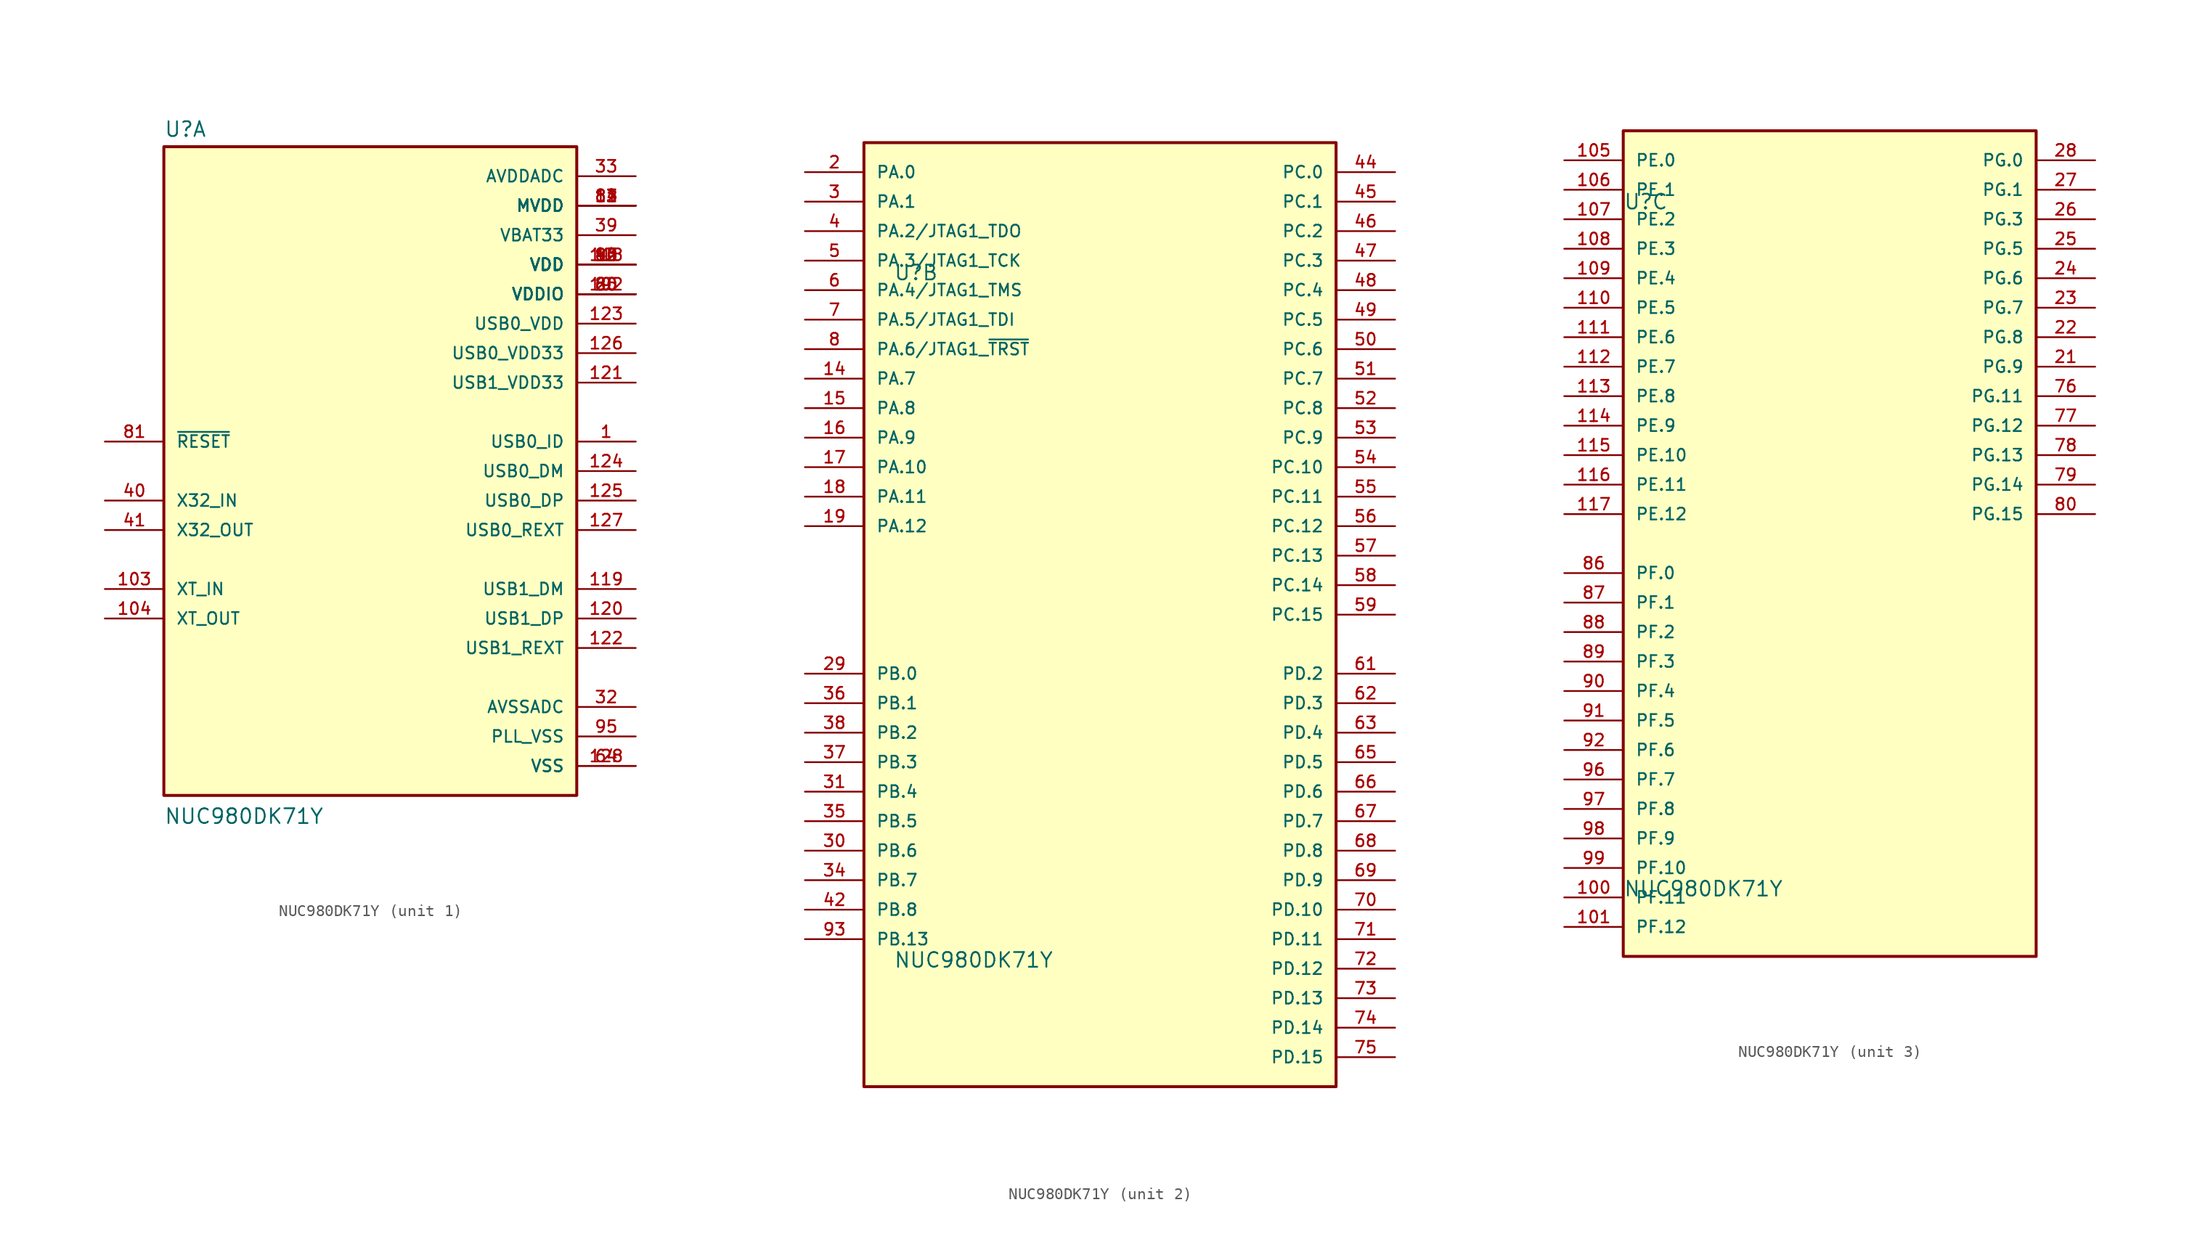
<source format=kicad_sym>
(kicad_symbol_lib
  (version 20211014)
  (generator kicad_symbol_editor)
  (symbol "NUC980DK71Y"
    (pin_names
      (offset 1.016))
    (property "Reference" "U"
      (at -17.78 28.702 0)
      (effects (font (size 1.27 1.27)) (justify bottom left)))
    (property "Value" "NUC980DK71Y"
      (at -17.78 -30.48 0)
      (effects (font (size 1.27 1.27)) (justify bottom left)))
    (symbol "NUC980DK71Y_1_0"
      (rectangle (start -17.78 -27.94) (end 17.78 27.94) (stroke (width 0.254)) (fill (type background)))
      (pin power_in line (at 22.86 25.4 180.0) (length 5.08) (name "AVDDADC" (effects (font (size 1.016 1.016)))) (number "33" (effects (font (size 1.016 1.016)))))
      (pin power_in line (at 22.86 22.86 180.0) (length 5.08) (name "MVDD" (effects (font (size 1.016 1.016)))) (number "11" (effects (font (size 1.016 1.016)))))
      (pin power_in line (at 22.86 22.86 180.0) (length 5.08) (name "MVDD" (effects (font (size 1.016 1.016)))) (number "12" (effects (font (size 1.016 1.016)))))
      (pin power_in line (at 22.86 22.86 180.0) (length 5.08) (name "MVDD" (effects (font (size 1.016 1.016)))) (number "83" (effects (font (size 1.016 1.016)))))
      (pin power_in line (at 22.86 22.86 180.0) (length 5.08) (name "MVDD" (effects (font (size 1.016 1.016)))) (number "84" (effects (font (size 1.016 1.016)))))
      (pin power_in line (at 22.86 20.32 180.0) (length 5.08) (name "VBAT33" (effects (font (size 1.016 1.016)))) (number "39" (effects (font (size 1.016 1.016)))))
      (pin power_in line (at 22.86 17.78 180.0) (length 5.08) (name "VDD" (effects (font (size 1.016 1.016)))) (number "10" (effects (font (size 1.016 1.016)))))
      (pin power_in line (at 22.86 17.78 180.0) (length 5.08) (name "VDD" (effects (font (size 1.016 1.016)))) (number "13" (effects (font (size 1.016 1.016)))))
      (pin power_in line (at 22.86 17.78 180.0) (length 5.08) (name "VDD" (effects (font (size 1.016 1.016)))) (number "43" (effects (font (size 1.016 1.016)))))
      (pin power_in line (at 22.86 17.78 180.0) (length 5.08) (name "VDD" (effects (font (size 1.016 1.016)))) (number "82" (effects (font (size 1.016 1.016)))))
      (pin power_in line (at 22.86 17.78 180.0) (length 5.08) (name "VDD" (effects (font (size 1.016 1.016)))) (number "94" (effects (font (size 1.016 1.016)))))
      (pin power_in line (at 22.86 17.78 180.0) (length 5.08) (name "VDD" (effects (font (size 1.016 1.016)))) (number "118" (effects (font (size 1.016 1.016)))))
      (pin power_in line (at 22.86 15.24 180.0) (length 5.08) (name "VDDIO" (effects (font (size 1.016 1.016)))) (number "9" (effects (font (size 1.016 1.016)))))
      (pin power_in line (at 22.86 15.24 180.0) (length 5.08) (name "VDDIO" (effects (font (size 1.016 1.016)))) (number "20" (effects (font (size 1.016 1.016)))))
      (pin power_in line (at 22.86 15.24 180.0) (length 5.08) (name "VDDIO" (effects (font (size 1.016 1.016)))) (number "60" (effects (font (size 1.016 1.016)))))
      (pin power_in line (at 22.86 15.24 180.0) (length 5.08) (name "VDDIO" (effects (font (size 1.016 1.016)))) (number "85" (effects (font (size 1.016 1.016)))))
      (pin power_in line (at 22.86 15.24 180.0) (length 5.08) (name "VDDIO" (effects (font (size 1.016 1.016)))) (number "102" (effects (font (size 1.016 1.016)))))
      (pin power_in line (at 22.86 12.7 180.0) (length 5.08) (name "USB0_VDD" (effects (font (size 1.016 1.016)))) (number "123" (effects (font (size 1.016 1.016)))))
      (pin power_in line (at 22.86 10.16 180.0) (length 5.08) (name "USB0_VDD33" (effects (font (size 1.016 1.016)))) (number "126" (effects (font (size 1.016 1.016)))))
      (pin power_in line (at 22.86 7.62 180.0) (length 5.08) (name "USB1_VDD33" (effects (font (size 1.016 1.016)))) (number "121" (effects (font (size 1.016 1.016)))))
      (pin power_in line (at 22.86 -20.32 180.0) (length 5.08) (name "AVSSADC" (effects (font (size 1.016 1.016)))) (number "32" (effects (font (size 1.016 1.016)))))
      (pin power_in line (at 22.86 -25.4 180.0) (length 5.08) (name "VSS" (effects (font (size 1.016 1.016)))) (number "64" (effects (font (size 1.016 1.016)))))
      (pin power_in line (at 22.86 -25.4 180.0) (length 5.08) (name "VSS" (effects (font (size 1.016 1.016)))) (number "128" (effects (font (size 1.016 1.016)))))
      (pin power_in line (at 22.86 -22.86 180.0) (length 5.08) (name "PLL_VSS" (effects (font (size 1.016 1.016)))) (number "95" (effects (font (size 1.016 1.016)))))
      (pin input line (at -22.86 2.54 0) (length 5.08) (name "~{RESET}" (effects (font (size 1.016 1.016)))) (number "81" (effects (font (size 1.016 1.016)))))
      (pin input line (at 22.86 2.54 180.0) (length 5.08) (name "USB0_ID" (effects (font (size 1.016 1.016)))) (number "1" (effects (font (size 1.016 1.016)))))
      (pin input line (at -22.86 -2.54 0) (length 5.08) (name "X32_IN" (effects (font (size 1.016 1.016)))) (number "40" (effects (font (size 1.016 1.016)))))
      (pin input line (at -22.86 -10.16 0) (length 5.08) (name "XT_IN" (effects (font (size 1.016 1.016)))) (number "103" (effects (font (size 1.016 1.016)))))
      (pin passive line (at 22.86 -5.08 180.0) (length 5.08) (name "USB0_REXT" (effects (font (size 1.016 1.016)))) (number "127" (effects (font (size 1.016 1.016)))))
      (pin passive line (at 22.86 -15.24 180.0) (length 5.08) (name "USB1_REXT" (effects (font (size 1.016 1.016)))) (number "122" (effects (font (size 1.016 1.016)))))
      (pin output line (at -22.86 -5.08 0) (length 5.08) (name "X32_OUT" (effects (font (size 1.016 1.016)))) (number "41" (effects (font (size 1.016 1.016)))))
      (pin output line (at -22.86 -12.7 0) (length 5.08) (name "XT_OUT" (effects (font (size 1.016 1.016)))) (number "104" (effects (font (size 1.016 1.016)))))
      (pin bidirectional line (at 22.86 0.0 180.0) (length 5.08) (name "USB0_DM" (effects (font (size 1.016 1.016)))) (number "124" (effects (font (size 1.016 1.016)))))
      (pin bidirectional line (at 22.86 -2.54 180.0) (length 5.08) (name "USB0_DP" (effects (font (size 1.016 1.016)))) (number "125" (effects (font (size 1.016 1.016)))))
      (pin bidirectional line (at 22.86 -10.16 180.0) (length 5.08) (name "USB1_DM" (effects (font (size 1.016 1.016)))) (number "119" (effects (font (size 1.016 1.016)))))
      (pin bidirectional line (at 22.86 -12.7 180.0) (length 5.08) (name "USB1_DP" (effects (font (size 1.016 1.016)))) (number "120" (effects (font (size 1.016 1.016))))))
    (symbol "NUC980DK71Y_2_0"
      (rectangle (start -20.32 -40.64) (end 20.32 40.64) (stroke (width 0.254)) (fill (type background)))
      (pin bidirectional line (at -25.4 38.1 0) (length 5.08) (name "PA.0" (effects (font (size 1.016 1.016)))) (number "2" (effects (font (size 1.016 1.016)))))
      (pin bidirectional line (at -25.4 35.56 0) (length 5.08) (name "PA.1" (effects (font (size 1.016 1.016)))) (number "3" (effects (font (size 1.016 1.016)))))
      (pin bidirectional line (at -25.4 12.7 0) (length 5.08) (name "PA.10" (effects (font (size 1.016 1.016)))) (number "17" (effects (font (size 1.016 1.016)))))
      (pin bidirectional line (at -25.4 10.16 0) (length 5.08) (name "PA.11" (effects (font (size 1.016 1.016)))) (number "18" (effects (font (size 1.016 1.016)))))
      (pin bidirectional line (at -25.4 7.62 0) (length 5.08) (name "PA.12" (effects (font (size 1.016 1.016)))) (number "19" (effects (font (size 1.016 1.016)))))
      (pin bidirectional line (at -25.4 33.02 0) (length 5.08) (name "PA.2/JTAG1_TDO" (effects (font (size 1.016 1.016)))) (number "4" (effects (font (size 1.016 1.016)))))
      (pin bidirectional line (at -25.4 30.48 0) (length 5.08) (name "PA.3/JTAG1_TCK" (effects (font (size 1.016 1.016)))) (number "5" (effects (font (size 1.016 1.016)))))
      (pin bidirectional line (at -25.4 27.94 0) (length 5.08) (name "PA.4/JTAG1_TMS" (effects (font (size 1.016 1.016)))) (number "6" (effects (font (size 1.016 1.016)))))
      (pin bidirectional line (at -25.4 25.4 0) (length 5.08) (name "PA.5/JTAG1_TDI" (effects (font (size 1.016 1.016)))) (number "7" (effects (font (size 1.016 1.016)))))
      (pin bidirectional line (at -25.4 22.86 0) (length 5.08) (name "PA.6/JTAG1_~{TRST}" (effects (font (size 1.016 1.016)))) (number "8" (effects (font (size 1.016 1.016)))))
      (pin bidirectional line (at -25.4 20.32 0) (length 5.08) (name "PA.7" (effects (font (size 1.016 1.016)))) (number "14" (effects (font (size 1.016 1.016)))))
      (pin bidirectional line (at -25.4 17.78 0) (length 5.08) (name "PA.8" (effects (font (size 1.016 1.016)))) (number "15" (effects (font (size 1.016 1.016)))))
      (pin bidirectional line (at -25.4 15.24 0) (length 5.08) (name "PA.9" (effects (font (size 1.016 1.016)))) (number "16" (effects (font (size 1.016 1.016)))))
      (pin bidirectional line (at -25.4 -5.08 0) (length 5.08) (name "PB.0" (effects (font (size 1.016 1.016)))) (number "29" (effects (font (size 1.016 1.016)))))
      (pin bidirectional line (at -25.4 -7.62 0) (length 5.08) (name "PB.1" (effects (font (size 1.016 1.016)))) (number "36" (effects (font (size 1.016 1.016)))))
      (pin bidirectional line (at -25.4 -27.94 0) (length 5.08) (name "PB.13" (effects (font (size 1.016 1.016)))) (number "93" (effects (font (size 1.016 1.016)))))
      (pin bidirectional line (at -25.4 -10.16 0) (length 5.08) (name "PB.2" (effects (font (size 1.016 1.016)))) (number "38" (effects (font (size 1.016 1.016)))))
      (pin bidirectional line (at -25.4 -12.7 0) (length 5.08) (name "PB.3" (effects (font (size 1.016 1.016)))) (number "37" (effects (font (size 1.016 1.016)))))
      (pin bidirectional line (at -25.4 -15.24 0) (length 5.08) (name "PB.4" (effects (font (size 1.016 1.016)))) (number "31" (effects (font (size 1.016 1.016)))))
      (pin bidirectional line (at -25.4 -17.78 0) (length 5.08) (name "PB.5" (effects (font (size 1.016 1.016)))) (number "35" (effects (font (size 1.016 1.016)))))
      (pin bidirectional line (at -25.4 -20.32 0) (length 5.08) (name "PB.6" (effects (font (size 1.016 1.016)))) (number "30" (effects (font (size 1.016 1.016)))))
      (pin bidirectional line (at -25.4 -22.86 0) (length 5.08) (name "PB.7" (effects (font (size 1.016 1.016)))) (number "34" (effects (font (size 1.016 1.016)))))
      (pin bidirectional line (at -25.4 -25.4 0) (length 5.08) (name "PB.8" (effects (font (size 1.016 1.016)))) (number "42" (effects (font (size 1.016 1.016)))))
      (pin bidirectional line (at 25.4 38.1 180.0) (length 5.08) (name "PC.0" (effects (font (size 1.016 1.016)))) (number "44" (effects (font (size 1.016 1.016)))))
      (pin bidirectional line (at 25.4 35.56 180.0) (length 5.08) (name "PC.1" (effects (font (size 1.016 1.016)))) (number "45" (effects (font (size 1.016 1.016)))))
      (pin bidirectional line (at 25.4 12.7 180.0) (length 5.08) (name "PC.10" (effects (font (size 1.016 1.016)))) (number "54" (effects (font (size 1.016 1.016)))))
      (pin bidirectional line (at 25.4 10.16 180.0) (length 5.08) (name "PC.11" (effects (font (size 1.016 1.016)))) (number "55" (effects (font (size 1.016 1.016)))))
      (pin bidirectional line (at 25.4 7.62 180.0) (length 5.08) (name "PC.12" (effects (font (size 1.016 1.016)))) (number "56" (effects (font (size 1.016 1.016)))))
      (pin bidirectional line (at 25.4 5.08 180.0) (length 5.08) (name "PC.13" (effects (font (size 1.016 1.016)))) (number "57" (effects (font (size 1.016 1.016)))))
      (pin bidirectional line (at 25.4 2.54 180.0) (length 5.08) (name "PC.14" (effects (font (size 1.016 1.016)))) (number "58" (effects (font (size 1.016 1.016)))))
      (pin bidirectional line (at 25.4 0.0 180.0) (length 5.08) (name "PC.15" (effects (font (size 1.016 1.016)))) (number "59" (effects (font (size 1.016 1.016)))))
      (pin bidirectional line (at 25.4 33.02 180.0) (length 5.08) (name "PC.2" (effects (font (size 1.016 1.016)))) (number "46" (effects (font (size 1.016 1.016)))))
      (pin bidirectional line (at 25.4 30.48 180.0) (length 5.08) (name "PC.3" (effects (font (size 1.016 1.016)))) (number "47" (effects (font (size 1.016 1.016)))))
      (pin bidirectional line (at 25.4 27.94 180.0) (length 5.08) (name "PC.4" (effects (font (size 1.016 1.016)))) (number "48" (effects (font (size 1.016 1.016)))))
      (pin bidirectional line (at 25.4 25.4 180.0) (length 5.08) (name "PC.5" (effects (font (size 1.016 1.016)))) (number "49" (effects (font (size 1.016 1.016)))))
      (pin bidirectional line (at 25.4 22.86 180.0) (length 5.08) (name "PC.6" (effects (font (size 1.016 1.016)))) (number "50" (effects (font (size 1.016 1.016)))))
      (pin bidirectional line (at 25.4 20.32 180.0) (length 5.08) (name "PC.7" (effects (font (size 1.016 1.016)))) (number "51" (effects (font (size 1.016 1.016)))))
      (pin bidirectional line (at 25.4 17.78 180.0) (length 5.08) (name "PC.8" (effects (font (size 1.016 1.016)))) (number "52" (effects (font (size 1.016 1.016)))))
      (pin bidirectional line (at 25.4 15.24 180.0) (length 5.08) (name "PC.9" (effects (font (size 1.016 1.016)))) (number "53" (effects (font (size 1.016 1.016)))))
      (pin bidirectional line (at 25.4 -25.4 180.0) (length 5.08) (name "PD.10" (effects (font (size 1.016 1.016)))) (number "70" (effects (font (size 1.016 1.016)))))
      (pin bidirectional line (at 25.4 -27.94 180.0) (length 5.08) (name "PD.11" (effects (font (size 1.016 1.016)))) (number "71" (effects (font (size 1.016 1.016)))))
      (pin bidirectional line (at 25.4 -30.48 180.0) (length 5.08) (name "PD.12" (effects (font (size 1.016 1.016)))) (number "72" (effects (font (size 1.016 1.016)))))
      (pin bidirectional line (at 25.4 -33.02 180.0) (length 5.08) (name "PD.13" (effects (font (size 1.016 1.016)))) (number "73" (effects (font (size 1.016 1.016)))))
      (pin bidirectional line (at 25.4 -35.56 180.0) (length 5.08) (name "PD.14" (effects (font (size 1.016 1.016)))) (number "74" (effects (font (size 1.016 1.016)))))
      (pin bidirectional line (at 25.4 -38.1 180.0) (length 5.08) (name "PD.15" (effects (font (size 1.016 1.016)))) (number "75" (effects (font (size 1.016 1.016)))))
      (pin bidirectional line (at 25.4 -5.08 180.0) (length 5.08) (name "PD.2" (effects (font (size 1.016 1.016)))) (number "61" (effects (font (size 1.016 1.016)))))
      (pin bidirectional line (at 25.4 -7.62 180.0) (length 5.08) (name "PD.3" (effects (font (size 1.016 1.016)))) (number "62" (effects (font (size 1.016 1.016)))))
      (pin bidirectional line (at 25.4 -10.16 180.0) (length 5.08) (name "PD.4" (effects (font (size 1.016 1.016)))) (number "63" (effects (font (size 1.016 1.016)))))
      (pin bidirectional line (at 25.4 -12.7 180.0) (length 5.08) (name "PD.5" (effects (font (size 1.016 1.016)))) (number "65" (effects (font (size 1.016 1.016)))))
      (pin bidirectional line (at 25.4 -15.24 180.0) (length 5.08) (name "PD.6" (effects (font (size 1.016 1.016)))) (number "66" (effects (font (size 1.016 1.016)))))
      (pin bidirectional line (at 25.4 -17.78 180.0) (length 5.08) (name "PD.7" (effects (font (size 1.016 1.016)))) (number "67" (effects (font (size 1.016 1.016)))))
      (pin bidirectional line (at 25.4 -20.32 180.0) (length 5.08) (name "PD.8" (effects (font (size 1.016 1.016)))) (number "68" (effects (font (size 1.016 1.016)))))
      (pin bidirectional line (at 25.4 -22.86 180.0) (length 5.08) (name "PD.9" (effects (font (size 1.016 1.016)))) (number "69" (effects (font (size 1.016 1.016))))))
    (symbol "NUC980DK71Y_3_0"
      (rectangle (start -17.78 -35.56) (end 17.78 35.56) (stroke (width 0.254)) (fill (type background)))
      (pin bidirectional line (at -22.86 33.02 0) (length 5.08) (name "PE.0" (effects (font (size 1.016 1.016)))) (number "105" (effects (font (size 1.016 1.016)))))
      (pin bidirectional line (at -22.86 30.48 0) (length 5.08) (name "PE.1" (effects (font (size 1.016 1.016)))) (number "106" (effects (font (size 1.016 1.016)))))
      (pin bidirectional line (at -22.86 7.62 0) (length 5.08) (name "PE.10" (effects (font (size 1.016 1.016)))) (number "115" (effects (font (size 1.016 1.016)))))
      (pin bidirectional line (at -22.86 5.08 0) (length 5.08) (name "PE.11" (effects (font (size 1.016 1.016)))) (number "116" (effects (font (size 1.016 1.016)))))
      (pin bidirectional line (at -22.86 2.54 0) (length 5.08) (name "PE.12" (effects (font (size 1.016 1.016)))) (number "117" (effects (font (size 1.016 1.016)))))
      (pin bidirectional line (at -22.86 27.94 0) (length 5.08) (name "PE.2" (effects (font (size 1.016 1.016)))) (number "107" (effects (font (size 1.016 1.016)))))
      (pin bidirectional line (at -22.86 25.4 0) (length 5.08) (name "PE.3" (effects (font (size 1.016 1.016)))) (number "108" (effects (font (size 1.016 1.016)))))
      (pin bidirectional line (at -22.86 22.86 0) (length 5.08) (name "PE.4" (effects (font (size 1.016 1.016)))) (number "109" (effects (font (size 1.016 1.016)))))
      (pin bidirectional line (at -22.86 20.32 0) (length 5.08) (name "PE.5" (effects (font (size 1.016 1.016)))) (number "110" (effects (font (size 1.016 1.016)))))
      (pin bidirectional line (at -22.86 17.78 0) (length 5.08) (name "PE.6" (effects (font (size 1.016 1.016)))) (number "111" (effects (font (size 1.016 1.016)))))
      (pin bidirectional line (at -22.86 15.24 0) (length 5.08) (name "PE.7" (effects (font (size 1.016 1.016)))) (number "112" (effects (font (size 1.016 1.016)))))
      (pin bidirectional line (at -22.86 12.7 0) (length 5.08) (name "PE.8" (effects (font (size 1.016 1.016)))) (number "113" (effects (font (size 1.016 1.016)))))
      (pin bidirectional line (at -22.86 10.16 0) (length 5.08) (name "PE.9" (effects (font (size 1.016 1.016)))) (number "114" (effects (font (size 1.016 1.016)))))
      (pin bidirectional line (at -22.86 -2.54 0) (length 5.08) (name "PF.0" (effects (font (size 1.016 1.016)))) (number "86" (effects (font (size 1.016 1.016)))))
      (pin bidirectional line (at -22.86 -5.08 0) (length 5.08) (name "PF.1" (effects (font (size 1.016 1.016)))) (number "87" (effects (font (size 1.016 1.016)))))
      (pin bidirectional line (at -22.86 -27.94 0) (length 5.08) (name "PF.10" (effects (font (size 1.016 1.016)))) (number "99" (effects (font (size 1.016 1.016)))))
      (pin bidirectional line (at -22.86 -30.48 0) (length 5.08) (name "PF.11" (effects (font (size 1.016 1.016)))) (number "100" (effects (font (size 1.016 1.016)))))
      (pin bidirectional line (at -22.86 -33.02 0) (length 5.08) (name "PF.12" (effects (font (size 1.016 1.016)))) (number "101" (effects (font (size 1.016 1.016)))))
      (pin bidirectional line (at -22.86 -7.62 0) (length 5.08) (name "PF.2" (effects (font (size 1.016 1.016)))) (number "88" (effects (font (size 1.016 1.016)))))
      (pin bidirectional line (at -22.86 -10.16 0) (length 5.08) (name "PF.3" (effects (font (size 1.016 1.016)))) (number "89" (effects (font (size 1.016 1.016)))))
      (pin bidirectional line (at -22.86 -12.7 0) (length 5.08) (name "PF.4" (effects (font (size 1.016 1.016)))) (number "90" (effects (font (size 1.016 1.016)))))
      (pin bidirectional line (at -22.86 -15.24 0) (length 5.08) (name "PF.5" (effects (font (size 1.016 1.016)))) (number "91" (effects (font (size 1.016 1.016)))))
      (pin bidirectional line (at -22.86 -17.78 0) (length 5.08) (name "PF.6" (effects (font (size 1.016 1.016)))) (number "92" (effects (font (size 1.016 1.016)))))
      (pin bidirectional line (at -22.86 -20.32 0) (length 5.08) (name "PF.7" (effects (font (size 1.016 1.016)))) (number "96" (effects (font (size 1.016 1.016)))))
      (pin bidirectional line (at -22.86 -22.86 0) (length 5.08) (name "PF.8" (effects (font (size 1.016 1.016)))) (number "97" (effects (font (size 1.016 1.016)))))
      (pin bidirectional line (at -22.86 -25.4 0) (length 5.08) (name "PF.9" (effects (font (size 1.016 1.016)))) (number "98" (effects (font (size 1.016 1.016)))))
      (pin bidirectional line (at 22.86 33.02 180.0) (length 5.08) (name "PG.0" (effects (font (size 1.016 1.016)))) (number "28" (effects (font (size 1.016 1.016)))))
      (pin bidirectional line (at 22.86 30.48 180.0) (length 5.08) (name "PG.1" (effects (font (size 1.016 1.016)))) (number "27" (effects (font (size 1.016 1.016)))))
      (pin bidirectional line (at 22.86 12.7 180.0) (length 5.08) (name "PG.11" (effects (font (size 1.016 1.016)))) (number "76" (effects (font (size 1.016 1.016)))))
      (pin bidirectional line (at 22.86 10.16 180.0) (length 5.08) (name "PG.12" (effects (font (size 1.016 1.016)))) (number "77" (effects (font (size 1.016 1.016)))))
      (pin bidirectional line (at 22.86 7.62 180.0) (length 5.08) (name "PG.13" (effects (font (size 1.016 1.016)))) (number "78" (effects (font (size 1.016 1.016)))))
      (pin bidirectional line (at 22.86 5.08 180.0) (length 5.08) (name "PG.14" (effects (font (size 1.016 1.016)))) (number "79" (effects (font (size 1.016 1.016)))))
      (pin bidirectional line (at 22.86 2.54 180.0) (length 5.08) (name "PG.15" (effects (font (size 1.016 1.016)))) (number "80" (effects (font (size 1.016 1.016)))))
      (pin bidirectional line (at 22.86 27.94 180.0) (length 5.08) (name "PG.3" (effects (font (size 1.016 1.016)))) (number "26" (effects (font (size 1.016 1.016)))))
      (pin bidirectional line (at 22.86 25.4 180.0) (length 5.08) (name "PG.5" (effects (font (size 1.016 1.016)))) (number "25" (effects (font (size 1.016 1.016)))))
      (pin bidirectional line (at 22.86 22.86 180.0) (length 5.08) (name "PG.6" (effects (font (size 1.016 1.016)))) (number "24" (effects (font (size 1.016 1.016)))))
      (pin bidirectional line (at 22.86 20.32 180.0) (length 5.08) (name "PG.7" (effects (font (size 1.016 1.016)))) (number "23" (effects (font (size 1.016 1.016)))))
      (pin bidirectional line (at 22.86 17.78 180.0) (length 5.08) (name "PG.8" (effects (font (size 1.016 1.016)))) (number "22" (effects (font (size 1.016 1.016)))))
      (pin bidirectional line (at 22.86 15.24 180.0) (length 5.08) (name "PG.9" (effects (font (size 1.016 1.016)))) (number "21" (effects (font (size 1.016 1.016))))))))
</source>
